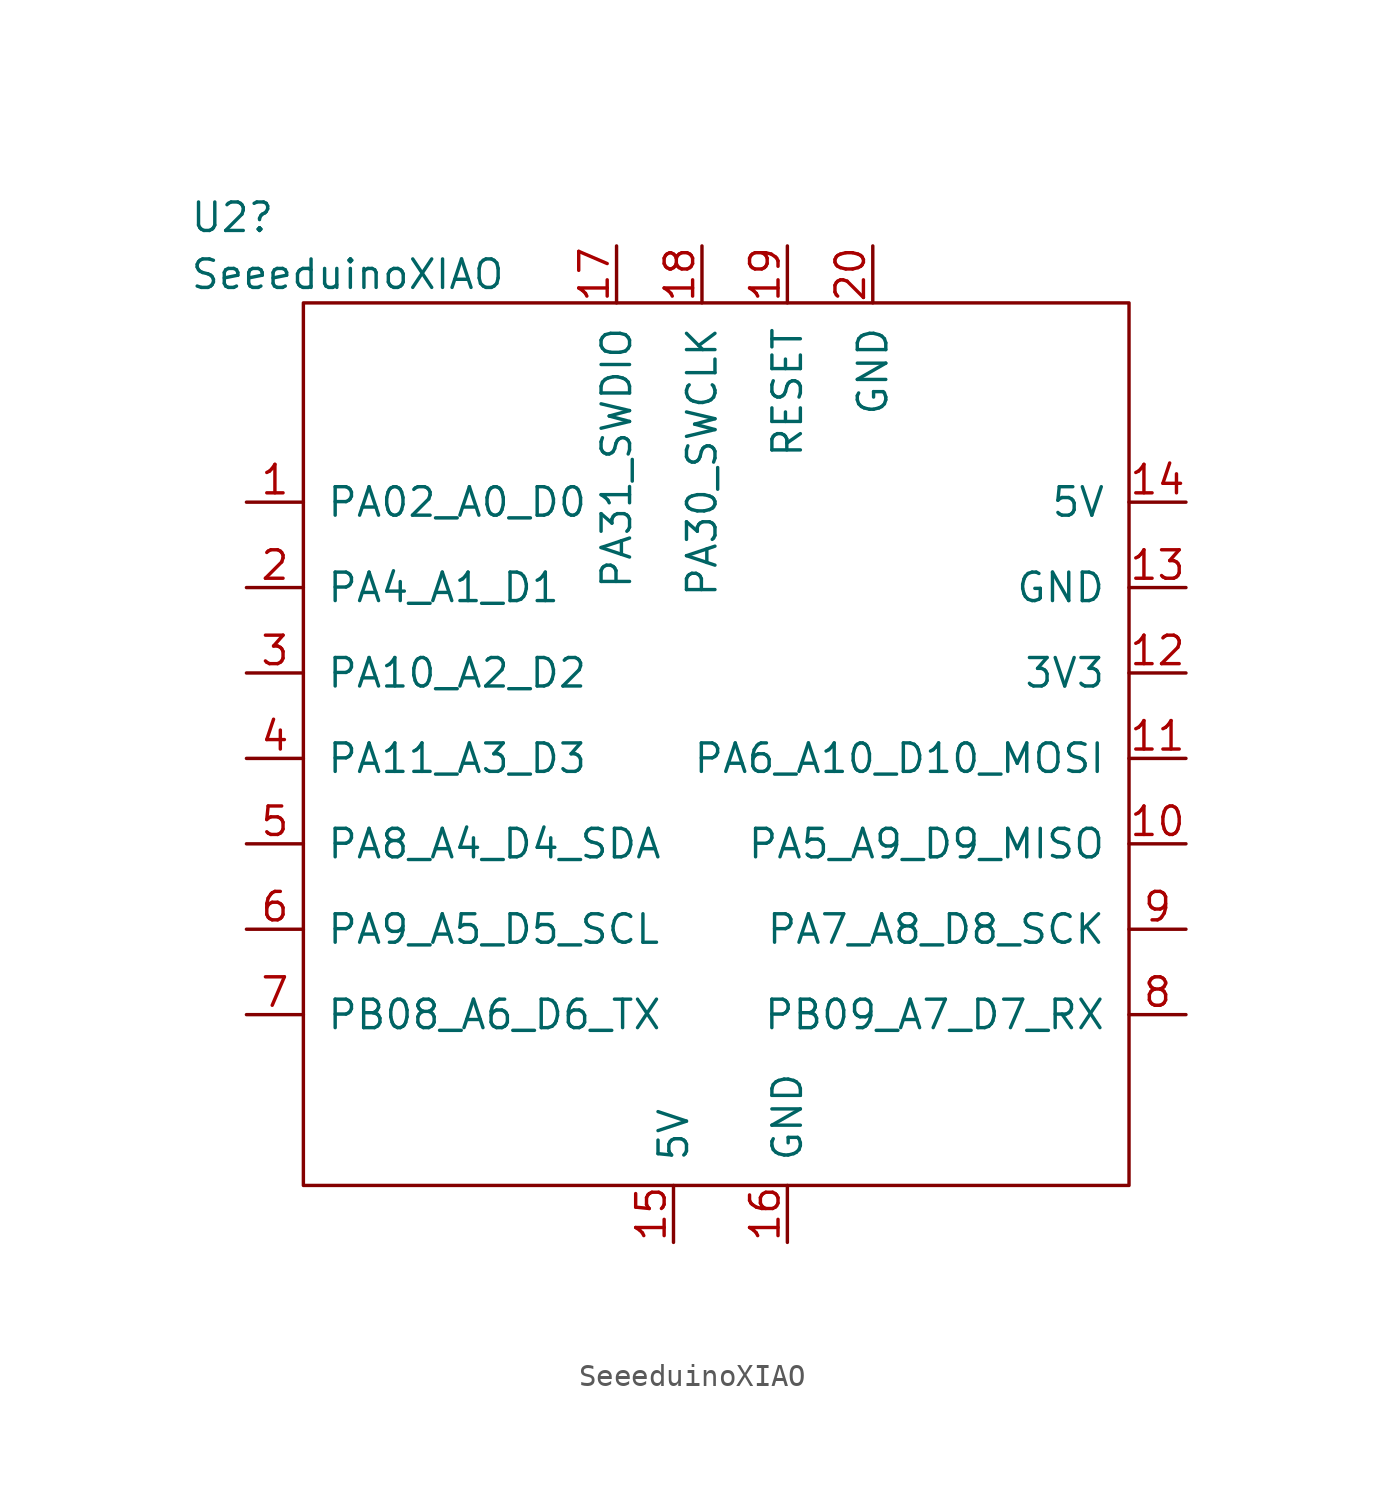
<source format=kicad_sym>
(kicad_symbol_lib
  (version 20220914)
  (generator kicad_symbol_editor)
  (symbol "SeeeduinoXIAO"
    (pin_names
      (offset 1.016))
    (property "Reference" "U2"
      (at -24.13 24.13 0)
      (effects (font (size 1.27 1.27)) (justify left)))
    (property "Value" "SeeeduinoXIAO"
      (at -24.13 21.59 0)
      (effects (font (size 1.27 1.27)) (justify left)))
    (symbol "SeeeduinoXIAO_0_1"
      (rectangle (start -19.05 20.32) (end 17.78 -19.05) (stroke (width 0) (type solid)) (fill (type none))))
    (symbol "SeeeduinoXIAO_1_1"
      (pin bidirectional line (at -21.59 11.43 0) (length 2.54) (name "PA02_A0_D0" (effects (font (size 1.27 1.27)))) (number "1" (effects (font (size 1.27 1.27)))))
      (pin bidirectional line (at 20.32 -3.81 180) (length 2.54) (name "PA5_A9_D9_MISO" (effects (font (size 1.27 1.27)))) (number "10" (effects (font (size 1.27 1.27)))))
      (pin bidirectional line (at 20.32 0 180) (length 2.54) (name "PA6_A10_D10_MOSI" (effects (font (size 1.27 1.27)))) (number "11" (effects (font (size 1.27 1.27)))))
      (pin bidirectional line (at 20.32 3.81 180) (length 2.54) (name "3V3" (effects (font (size 1.27 1.27)))) (number "12" (effects (font (size 1.27 1.27)))))
      (pin bidirectional line (at 20.32 7.62 180) (length 2.54) (name "GND" (effects (font (size 1.27 1.27)))) (number "13" (effects (font (size 1.27 1.27)))))
      (pin bidirectional line (at 20.32 11.43 180) (length 2.54) (name "5V" (effects (font (size 1.27 1.27)))) (number "14" (effects (font (size 1.27 1.27)))))
      (pin input line (at -2.54 -21.59 90) (length 2.54) (name "5V" (effects (font (size 1.27 1.27)))) (number "15" (effects (font (size 1.27 1.27)))))
      (pin input line (at 2.54 -21.59 90) (length 2.54) (name "GND" (effects (font (size 1.27 1.27)))) (number "16" (effects (font (size 1.27 1.27)))))
      (pin input line (at -5.08 22.86 270) (length 2.54) (name "PA31_SWDIO" (effects (font (size 1.27 1.27)))) (number "17" (effects (font (size 1.27 1.27)))))
      (pin input line (at -1.27 22.86 270) (length 2.54) (name "PA30_SWCLK" (effects (font (size 1.27 1.27)))) (number "18" (effects (font (size 1.27 1.27)))))
      (pin input line (at 2.54 22.86 270) (length 2.54) (name "RESET" (effects (font (size 1.27 1.27)))) (number "19" (effects (font (size 1.27 1.27)))))
      (pin bidirectional line (at -21.59 7.62 0) (length 2.54) (name "PA4_A1_D1" (effects (font (size 1.27 1.27)))) (number "2" (effects (font (size 1.27 1.27)))))
      (pin input line (at 6.35 22.86 270) (length 2.54) (name "GND" (effects (font (size 1.27 1.27)))) (number "20" (effects (font (size 1.27 1.27)))))
      (pin bidirectional line (at -21.59 3.81 0) (length 2.54) (name "PA10_A2_D2" (effects (font (size 1.27 1.27)))) (number "3" (effects (font (size 1.27 1.27)))))
      (pin bidirectional line (at -21.59 0 0) (length 2.54) (name "PA11_A3_D3" (effects (font (size 1.27 1.27)))) (number "4" (effects (font (size 1.27 1.27)))))
      (pin bidirectional line (at -21.59 -3.81 0) (length 2.54) (name "PA8_A4_D4_SDA" (effects (font (size 1.27 1.27)))) (number "5" (effects (font (size 1.27 1.27)))))
      (pin bidirectional line (at -21.59 -7.62 0) (length 2.54) (name "PA9_A5_D5_SCL" (effects (font (size 1.27 1.27)))) (number "6" (effects (font (size 1.27 1.27)))))
      (pin bidirectional line (at -21.59 -11.43 0) (length 2.54) (name "PB08_A6_D6_TX" (effects (font (size 1.27 1.27)))) (number "7" (effects (font (size 1.27 1.27)))))
      (pin bidirectional line (at 20.32 -11.43 180) (length 2.54) (name "PB09_A7_D7_RX" (effects (font (size 1.27 1.27)))) (number "8" (effects (font (size 1.27 1.27)))))
      (pin bidirectional line (at 20.32 -7.62 180) (length 2.54) (name "PA7_A8_D8_SCK" (effects (font (size 1.27 1.27)))) (number "9" (effects (font (size 1.27 1.27))))))))
</source>
